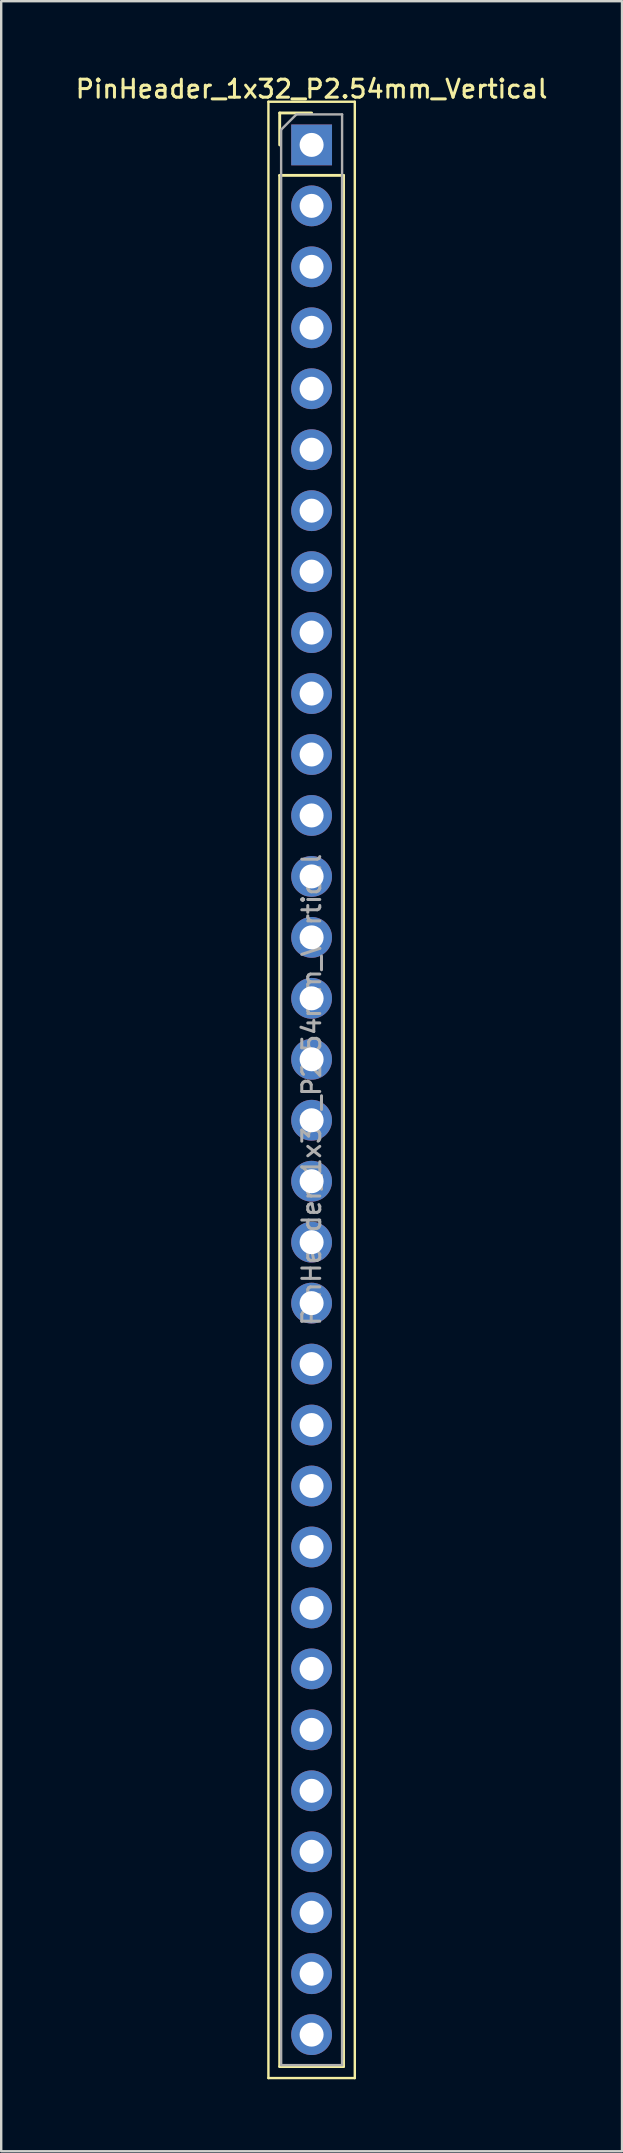
<source format=kicad_pcb>
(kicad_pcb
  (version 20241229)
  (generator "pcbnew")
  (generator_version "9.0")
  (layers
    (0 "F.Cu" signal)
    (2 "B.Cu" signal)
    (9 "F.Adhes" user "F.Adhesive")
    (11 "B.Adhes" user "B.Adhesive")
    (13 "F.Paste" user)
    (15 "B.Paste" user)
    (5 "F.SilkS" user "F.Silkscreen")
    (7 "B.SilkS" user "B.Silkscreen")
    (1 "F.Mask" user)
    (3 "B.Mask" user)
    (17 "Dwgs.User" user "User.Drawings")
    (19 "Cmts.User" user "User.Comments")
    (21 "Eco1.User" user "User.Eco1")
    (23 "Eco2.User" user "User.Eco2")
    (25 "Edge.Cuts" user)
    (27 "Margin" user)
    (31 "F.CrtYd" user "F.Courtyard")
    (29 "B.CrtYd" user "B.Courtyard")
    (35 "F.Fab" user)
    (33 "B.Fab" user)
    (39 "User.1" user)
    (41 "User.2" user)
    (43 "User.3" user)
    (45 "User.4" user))
  (footprint "PinHeader_1x32_P2.54mm_Vertical"
    (layer "F.Cu")
    (at 9.934 2.988)
    (property "Reference" "PinHeader_1x32_P2.54mm_Vertical" (at 0 -2.33 0) (layer "F.SilkS") (effects (font (size 0.75 0.75) (thickness 0.125))))
    (attr through_hole)
    (fp_line (start -1.8 -1.8) (end -1.8 80.55) (stroke (width 0.1) (type solid)) (layer "F.SilkS"))
    (fp_line (start -1.8 80.55) (end 1.8 80.55) (stroke (width 0.1) (type solid)) (layer "F.SilkS"))
    (fp_line (start -1.33 -1.33) (end 0 -1.33) (stroke (width 0.12) (type solid)) (layer "F.SilkS"))
    (fp_line (start -1.33 0) (end -1.33 -1.33) (stroke (width 0.12) (type solid)) (layer "F.SilkS"))
    (fp_line (start -1.33 1.27) (end -1.33 80.07) (stroke (width 0.12) (type solid)) (layer "F.SilkS"))
    (fp_line (start -1.33 1.27) (end 1.33 1.27) (stroke (width 0.12) (type solid)) (layer "F.SilkS"))
    (fp_line (start -1.33 80.07) (end 1.33 80.07) (stroke (width 0.12) (type solid)) (layer "F.SilkS"))
    (fp_line (start 1.33 1.27) (end 1.33 80.07) (stroke (width 0.12) (type solid)) (layer "F.SilkS"))
    (fp_line (start 1.8 -1.8) (end -1.8 -1.8) (stroke (width 0.1) (type solid)) (layer "F.SilkS"))
    (fp_line (start 1.8 80.55) (end 1.8 -1.8) (stroke (width 0.1) (type solid)) (layer "F.SilkS"))
    (fp_line (start -1.27 -0.635) (end -0.635 -1.27) (stroke (width 0.1) (type solid)) (layer "F.Fab"))
    (fp_line (start -1.27 80.01) (end -1.27 -0.635) (stroke (width 0.1) (type solid)) (layer "F.Fab"))
    (fp_line (start -0.635 -1.27) (end 1.27 -1.27) (stroke (width 0.1) (type solid)) (layer "F.Fab"))
    (fp_line (start 1.27 -1.27) (end 1.27 80.01) (stroke (width 0.1) (type solid)) (layer "F.Fab"))
    (fp_line (start 1.27 80.01) (end -1.27 80.01) (stroke (width 0.1) (type solid)) (layer "F.Fab"))
    (fp_text user "${REFERENCE}" (at 0 39.37 90) (layer "F.Fab") (effects (font (size 0.75 0.75) (thickness 0.125))))
    (pad "1" thru_hole rect (at 0 0) (size 1.7 1.7) (drill 1) (layers "*.Cu" "*.Mask"))
    (pad "2" thru_hole oval (at 0 2.54) (size 1.7 1.7) (drill 1) (layers "*.Cu" "*.Mask"))
    (pad "3" thru_hole oval (at 0 5.08) (size 1.7 1.7) (drill 1) (layers "*.Cu" "*.Mask"))
    (pad "4" thru_hole oval (at 0 7.62) (size 1.7 1.7) (drill 1) (layers "*.Cu" "*.Mask"))
    (pad "5" thru_hole oval (at 0 10.16) (size 1.7 1.7) (drill 1) (layers "*.Cu" "*.Mask"))
    (pad "6" thru_hole oval (at 0 12.7) (size 1.7 1.7) (drill 1) (layers "*.Cu" "*.Mask"))
    (pad "7" thru_hole oval (at 0 15.24) (size 1.7 1.7) (drill 1) (layers "*.Cu" "*.Mask"))
    (pad "8" thru_hole oval (at 0 17.78) (size 1.7 1.7) (drill 1) (layers "*.Cu" "*.Mask"))
    (pad "9" thru_hole oval (at 0 20.32) (size 1.7 1.7) (drill 1) (layers "*.Cu" "*.Mask"))
    (pad "10" thru_hole oval (at 0 22.86) (size 1.7 1.7) (drill 1) (layers "*.Cu" "*.Mask"))
    (pad "11" thru_hole oval (at 0 25.4) (size 1.7 1.7) (drill 1) (layers "*.Cu" "*.Mask"))
    (pad "12" thru_hole oval (at 0 27.94) (size 1.7 1.7) (drill 1) (layers "*.Cu" "*.Mask"))
    (pad "13" thru_hole oval (at 0 30.48) (size 1.7 1.7) (drill 1) (layers "*.Cu" "*.Mask"))
    (pad "14" thru_hole oval (at 0 33.02) (size 1.7 1.7) (drill 1) (layers "*.Cu" "*.Mask"))
    (pad "15" thru_hole oval (at 0 35.56) (size 1.7 1.7) (drill 1) (layers "*.Cu" "*.Mask"))
    (pad "16" thru_hole oval (at 0 38.1) (size 1.7 1.7) (drill 1) (layers "*.Cu" "*.Mask"))
    (pad "17" thru_hole oval (at 0 40.64) (size 1.7 1.7) (drill 1) (layers "*.Cu" "*.Mask"))
    (pad "18" thru_hole oval (at 0 43.18) (size 1.7 1.7) (drill 1) (layers "*.Cu" "*.Mask"))
    (pad "19" thru_hole oval (at 0 45.72) (size 1.7 1.7) (drill 1) (layers "*.Cu" "*.Mask"))
    (pad "20" thru_hole oval (at 0 48.26) (size 1.7 1.7) (drill 1) (layers "*.Cu" "*.Mask"))
    (pad "21" thru_hole oval (at 0 50.8) (size 1.7 1.7) (drill 1) (layers "*.Cu" "*.Mask"))
    (pad "22" thru_hole oval (at 0 53.34) (size 1.7 1.7) (drill 1) (layers "*.Cu" "*.Mask"))
    (pad "23" thru_hole oval (at 0 55.88) (size 1.7 1.7) (drill 1) (layers "*.Cu" "*.Mask"))
    (pad "24" thru_hole oval (at 0 58.42) (size 1.7 1.7) (drill 1) (layers "*.Cu" "*.Mask"))
    (pad "25" thru_hole oval (at 0 60.96) (size 1.7 1.7) (drill 1) (layers "*.Cu" "*.Mask"))
    (pad "26" thru_hole oval (at 0 63.5) (size 1.7 1.7) (drill 1) (layers "*.Cu" "*.Mask"))
    (pad "27" thru_hole oval (at 0 66.04) (size 1.7 1.7) (drill 1) (layers "*.Cu" "*.Mask"))
    (pad "28" thru_hole oval (at 0 68.58) (size 1.7 1.7) (drill 1) (layers "*.Cu" "*.Mask"))
    (pad "29" thru_hole oval (at 0 71.12) (size 1.7 1.7) (drill 1) (layers "*.Cu" "*.Mask"))
    (pad "30" thru_hole oval (at 0 73.66) (size 1.7 1.7) (drill 1) (layers "*.Cu" "*.Mask"))
    (pad "31" thru_hole oval (at 0 76.2) (size 1.7 1.7) (drill 1) (layers "*.Cu" "*.Mask"))
    (pad "32" thru_hole oval (at 0 78.74) (size 1.7 1.7) (drill 1) (layers "*.Cu" "*.Mask")))
  (gr_rect
    (start -3 -3)
    (end 22.868 86.588)
    (stroke (width 0.1) (type default))
    (fill no)
    (layer "Edge.Cuts")))
</source>
